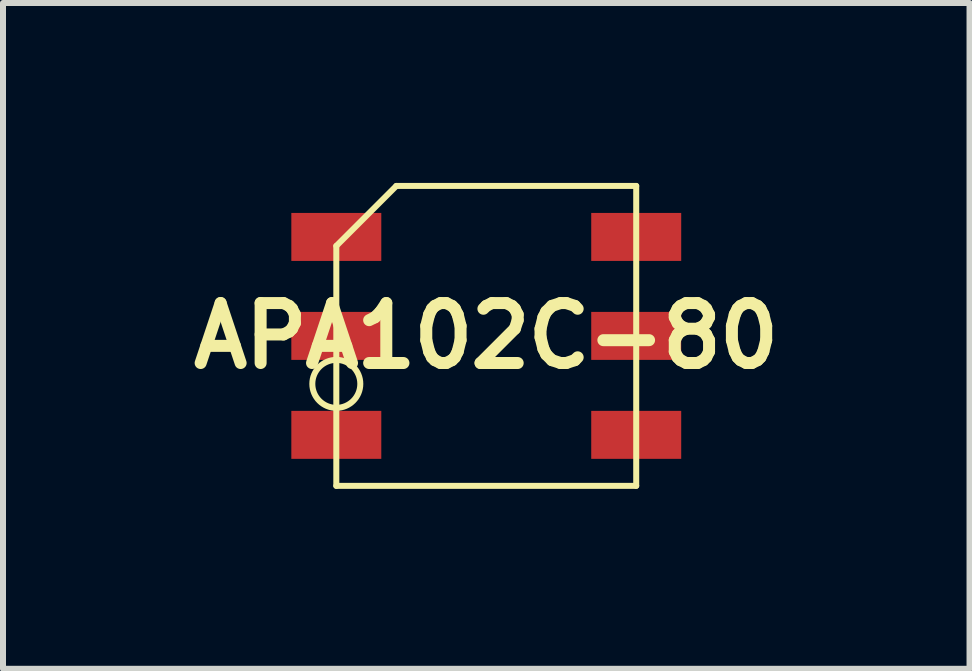
<source format=kicad_pcb>
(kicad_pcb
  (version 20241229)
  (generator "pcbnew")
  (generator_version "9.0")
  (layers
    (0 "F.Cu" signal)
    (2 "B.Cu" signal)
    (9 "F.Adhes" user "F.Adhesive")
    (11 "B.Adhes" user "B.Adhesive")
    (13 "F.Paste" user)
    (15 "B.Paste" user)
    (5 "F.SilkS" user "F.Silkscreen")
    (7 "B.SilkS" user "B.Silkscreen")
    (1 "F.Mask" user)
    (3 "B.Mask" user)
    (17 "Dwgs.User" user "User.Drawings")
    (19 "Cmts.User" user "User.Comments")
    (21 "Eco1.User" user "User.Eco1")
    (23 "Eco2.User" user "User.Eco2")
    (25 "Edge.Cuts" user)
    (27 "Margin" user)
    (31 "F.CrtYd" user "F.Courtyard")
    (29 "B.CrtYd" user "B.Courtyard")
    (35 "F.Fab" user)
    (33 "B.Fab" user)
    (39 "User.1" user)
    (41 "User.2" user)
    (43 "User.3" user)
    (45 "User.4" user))
  (footprint "APA102C-80"
    (layer "F.Cu")
    (at 5.057 2.55)
    (property "Reference" "APA102C-80" (at 0 0 0) (layer "F.SilkS") (effects (font (size 1 1) (thickness 0.2))))
    (attr through_hole)
    (fp_line (start -2.5 -1.5) (end -2.5 2.5) (stroke (width 0.1) (type solid)) (layer "F.SilkS"))
    (fp_line (start -2.5 2.5) (end 2.5 2.5) (stroke (width 0.1) (type solid)) (layer "F.SilkS"))
    (fp_line (start -1.5 -2.5) (end -2.5 -1.5) (stroke (width 0.1) (type solid)) (layer "F.SilkS"))
    (fp_line (start 2.5 -2.5) (end -1.5 -2.5) (stroke (width 0.1) (type solid)) (layer "F.SilkS"))
    (fp_line (start 2.5 2.5) (end 2.5 -2.5) (stroke (width 0.1) (type solid)) (layer "F.SilkS"))
    (fp_circle (center -2.5 0.8) (end -2.5 0.4) (stroke (width 0.1) (type solid)) (fill no) (layer "F.SilkS"))
    (pad "1" smd rect (at -2.5 -1.65 90) (size 0.8 1.5) (layers "F.Cu" "F.Mask" "F.Paste"))
    (pad "2" smd rect (at -2.5 0 90) (size 0.8 1.5) (layers "F.Cu" "F.Mask" "F.Paste"))
    (pad "3" smd rect (at -2.5 1.65 90) (size 0.8 1.5) (layers "F.Cu" "F.Mask" "F.Paste"))
    (pad "4" smd rect (at 2.5 1.65 90) (size 0.8 1.5) (layers "F.Cu" "F.Mask" "F.Paste"))
    (pad "5" smd rect (at 2.5 0 90) (size 0.8 1.5) (layers "F.Cu" "F.Mask" "F.Paste"))
    (pad "6" smd rect (at 2.5 -1.65 90) (size 0.8 1.5) (layers "F.Cu" "F.Mask" "F.Paste")))
  (gr_rect
    (start -3 -3)
    (end 13.114 8.1)
    (stroke (width 0.1) (type default))
    (fill no)
    (layer "Edge.Cuts")))
</source>
